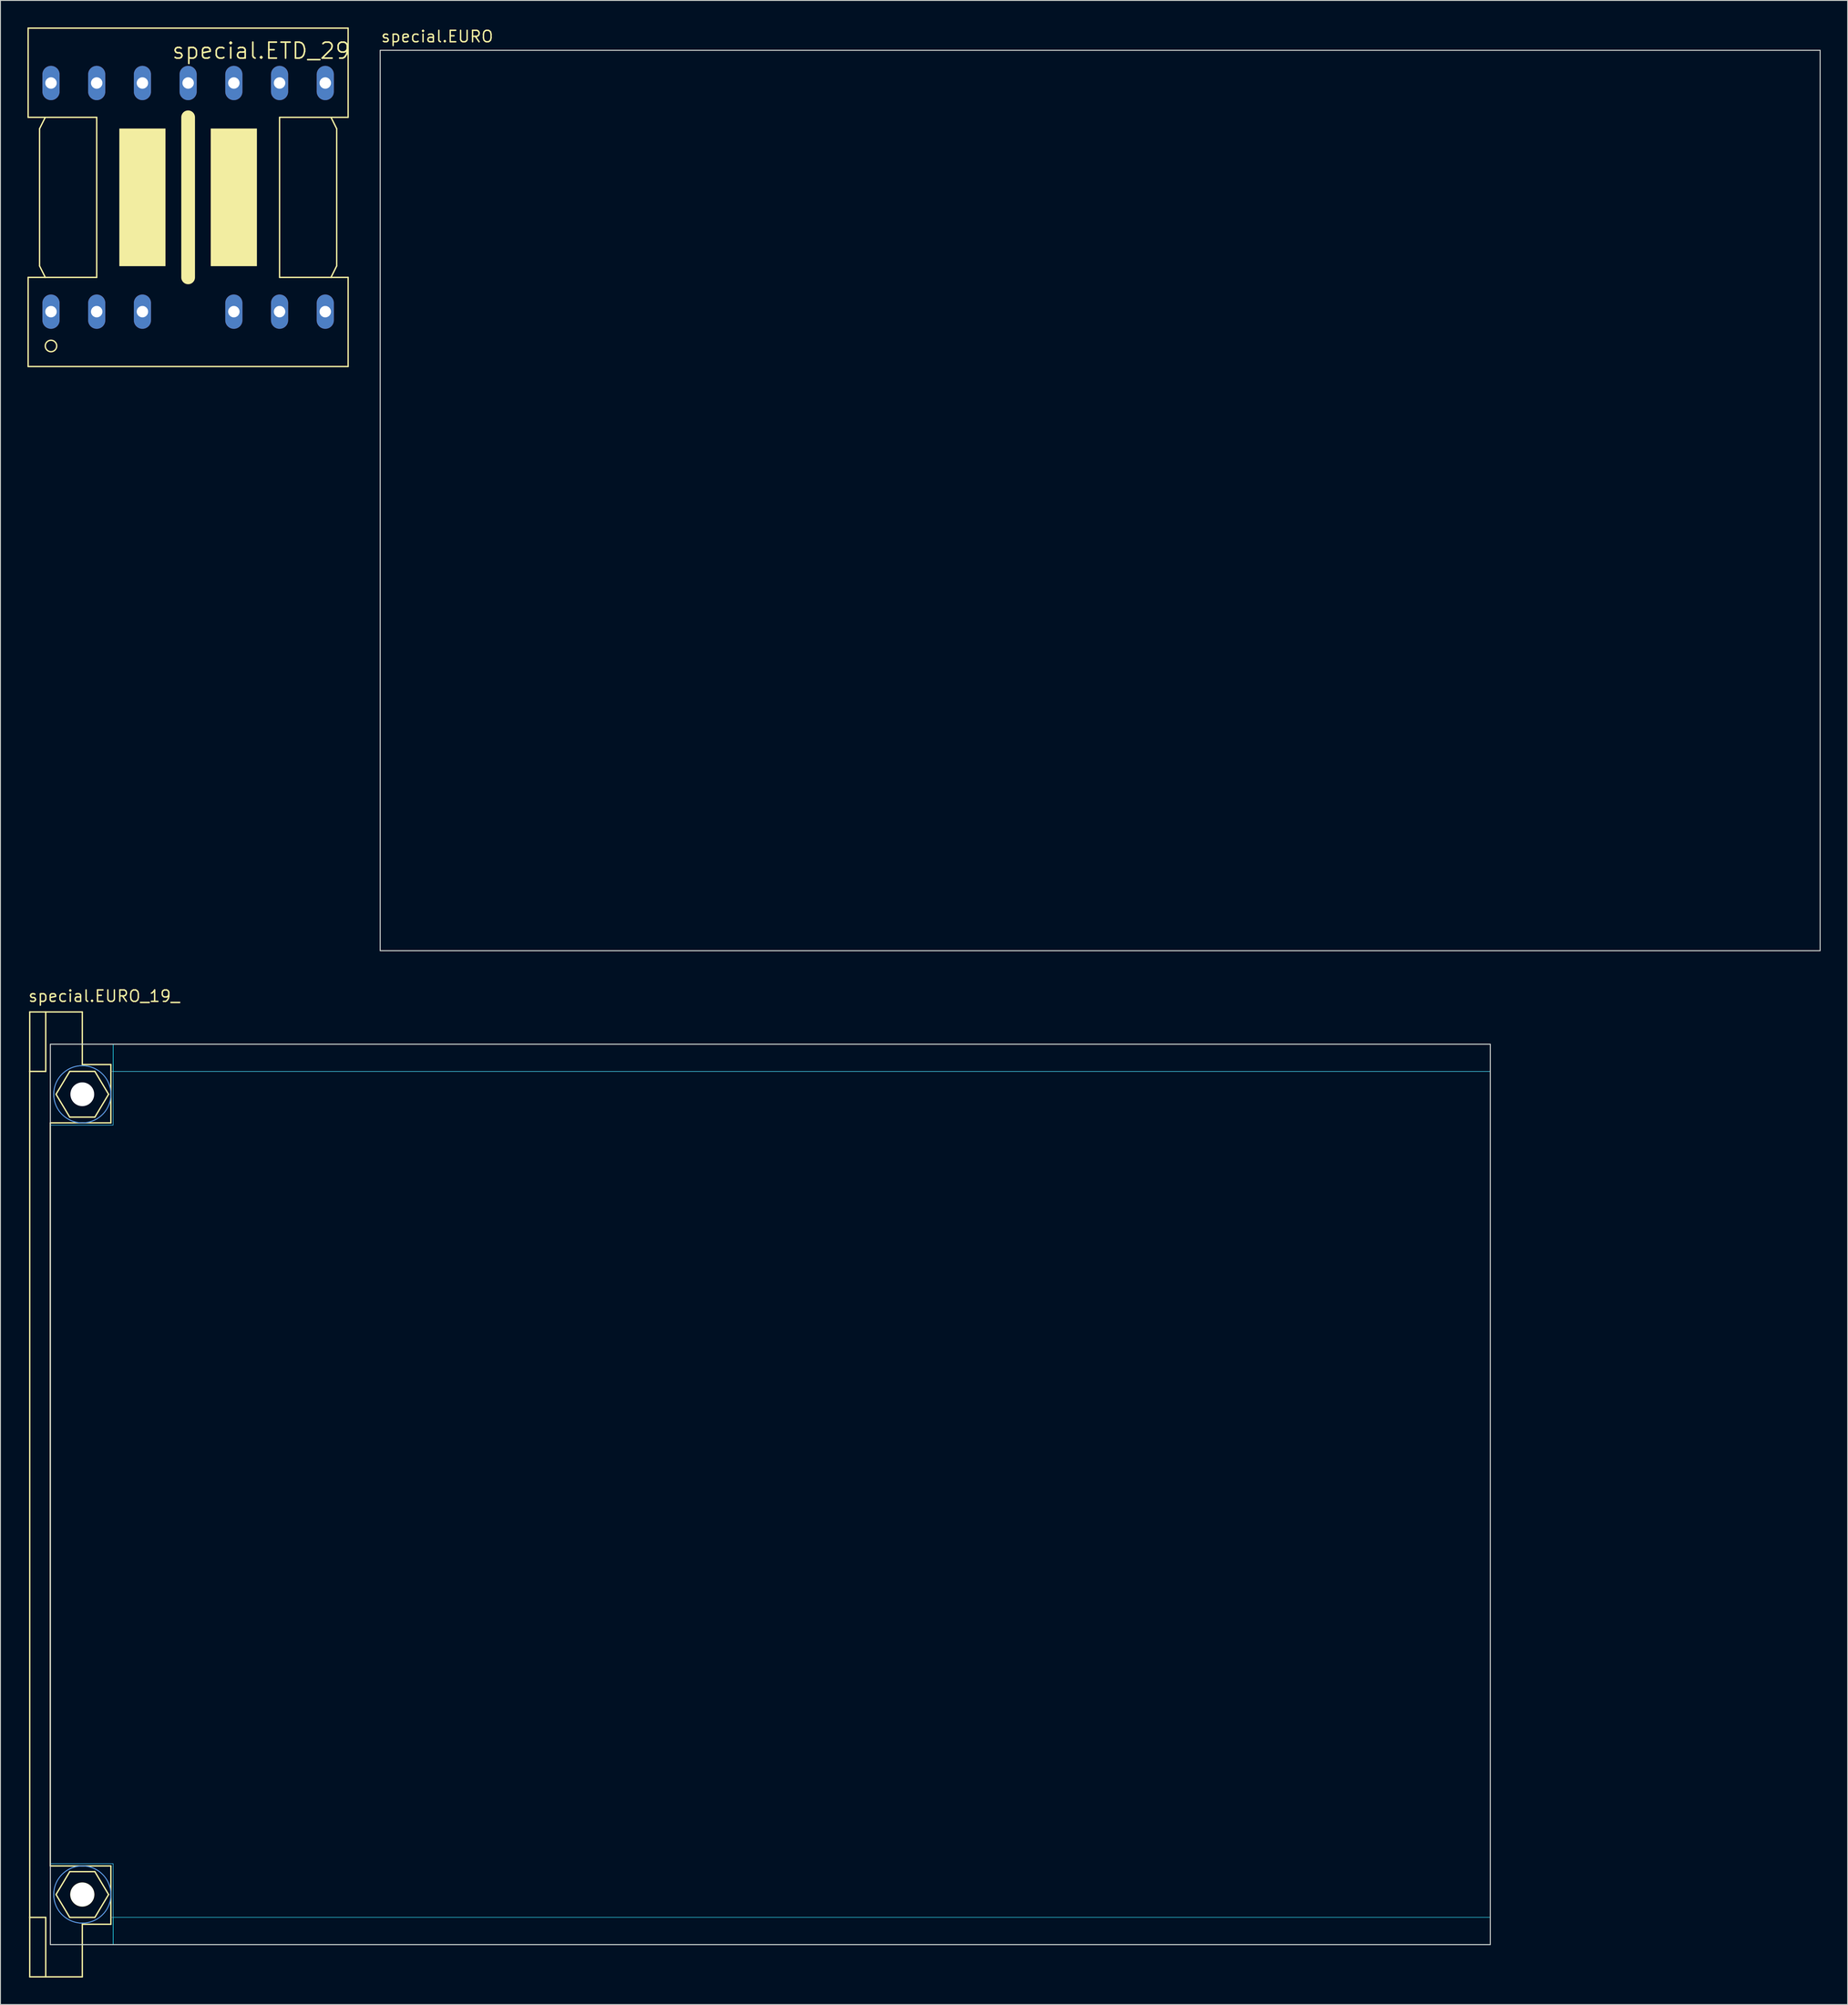
<source format=kicad_pcb>
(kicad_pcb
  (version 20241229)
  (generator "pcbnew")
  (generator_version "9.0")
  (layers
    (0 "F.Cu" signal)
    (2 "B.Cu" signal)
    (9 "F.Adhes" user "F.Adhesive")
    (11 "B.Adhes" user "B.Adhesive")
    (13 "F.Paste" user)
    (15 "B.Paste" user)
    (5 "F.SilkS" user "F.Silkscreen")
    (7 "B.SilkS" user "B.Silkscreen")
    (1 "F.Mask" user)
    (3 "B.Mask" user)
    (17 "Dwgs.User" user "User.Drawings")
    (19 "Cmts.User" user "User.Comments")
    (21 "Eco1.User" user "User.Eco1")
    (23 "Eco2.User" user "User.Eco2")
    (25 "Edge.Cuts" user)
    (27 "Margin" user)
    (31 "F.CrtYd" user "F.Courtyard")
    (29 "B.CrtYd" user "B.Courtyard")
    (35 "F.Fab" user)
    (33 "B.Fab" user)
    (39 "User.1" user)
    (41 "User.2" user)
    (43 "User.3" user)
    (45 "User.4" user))
  (footprint "special.EURO_19_"
    (layer "F.Cu")
    (at 2.54 162.96)
    (property "Reference" "special.EURO_19_" (at -2.54 -54.61 0) (layer "F.SilkS") (effects (font (size 1.27 1.27) (thickness 0.16)) (justify left bottom)))
    (fp_line (start -2.286 -53.594) (end -0.508 -53.594) (stroke (width 0.152) (type default)) (layer "F.SilkS"))
    (fp_line (start -2.286 -46.99) (end -2.286 -53.594) (stroke (width 0.152) (type default)) (layer "F.SilkS"))
    (fp_line (start -2.286 -46.99) (end -0.508 -46.99) (stroke (width 0.152) (type default)) (layer "F.SilkS"))
    (fp_line (start -2.286 46.99) (end -2.286 -46.99) (stroke (width 0.152) (type default)) (layer "F.SilkS"))
    (fp_line (start -2.286 46.99) (end -0.508 46.99) (stroke (width 0.152) (type default)) (layer "F.SilkS"))
    (fp_line (start -2.286 53.594) (end -2.286 46.99) (stroke (width 0.152) (type default)) (layer "F.SilkS"))
    (fp_line (start -2.286 53.594) (end -0.508 53.594) (stroke (width 0.152) (type default)) (layer "F.SilkS"))
    (fp_line (start -0.508 -53.594) (end -0.508 -46.99) (stroke (width 0.152) (type default)) (layer "F.SilkS"))
    (fp_line (start -0.508 -53.594) (end 3.556 -53.594) (stroke (width 0.152) (type default)) (layer "F.SilkS"))
    (fp_line (start -0.508 53.594) (end -0.508 46.99) (stroke (width 0.152) (type default)) (layer "F.SilkS"))
    (fp_line (start -0.508 53.594) (end 3.556 53.594) (stroke (width 0.152) (type default)) (layer "F.SilkS"))
    (fp_line (start 0 -41.275) (end 0 41.275) (stroke (width 0.152) (type default)) (layer "F.SilkS"))
    (fp_line (start 0 -41.275) (end 6.731 -41.275) (stroke (width 0.152) (type default)) (layer "F.SilkS"))
    (fp_line (start 0 41.275) (end 6.731 41.275) (stroke (width 0.152) (type default)) (layer "F.SilkS"))
    (fp_line (start 0.635 -44.45) (end 2.159 -46.99) (stroke (width 0.152) (type default)) (layer "F.SilkS"))
    (fp_line (start 0.635 44.45) (end 2.159 46.99) (stroke (width 0.152) (type default)) (layer "F.SilkS"))
    (fp_line (start 2.159 -46.99) (end 4.953 -46.99) (stroke (width 0.152) (type default)) (layer "F.SilkS"))
    (fp_line (start 2.159 -41.91) (end 0.635 -44.45) (stroke (width 0.152) (type default)) (layer "F.SilkS"))
    (fp_line (start 2.159 41.91) (end 0.635 44.45) (stroke (width 0.152) (type default)) (layer "F.SilkS"))
    (fp_line (start 2.159 46.99) (end 4.953 46.99) (stroke (width 0.152) (type default)) (layer "F.SilkS"))
    (fp_line (start 3.556 -53.594) (end 3.556 -47.752) (stroke (width 0.152) (type default)) (layer "F.SilkS"))
    (fp_line (start 3.556 -47.752) (end 6.731 -47.752) (stroke (width 0.152) (type default)) (layer "F.SilkS"))
    (fp_line (start 3.556 47.752) (end 6.731 47.752) (stroke (width 0.152) (type default)) (layer "F.SilkS"))
    (fp_line (start 3.556 53.594) (end 3.556 47.752) (stroke (width 0.152) (type default)) (layer "F.SilkS"))
    (fp_line (start 4.953 -46.99) (end 6.477 -44.45) (stroke (width 0.152) (type default)) (layer "F.SilkS"))
    (fp_line (start 4.953 -41.91) (end 2.159 -41.91) (stroke (width 0.152) (type default)) (layer "F.SilkS"))
    (fp_line (start 4.953 41.91) (end 2.159 41.91) (stroke (width 0.152) (type default)) (layer "F.SilkS"))
    (fp_line (start 4.953 46.99) (end 6.477 44.45) (stroke (width 0.152) (type default)) (layer "F.SilkS"))
    (fp_line (start 6.477 -44.45) (end 4.953 -41.91) (stroke (width 0.152) (type default)) (layer "F.SilkS"))
    (fp_line (start 6.477 44.45) (end 4.953 41.91) (stroke (width 0.152) (type default)) (layer "F.SilkS"))
    (fp_line (start 6.731 -47.752) (end 6.731 -41.275) (stroke (width 0.152) (type default)) (layer "F.SilkS"))
    (fp_line (start 6.731 47.752) (end 6.731 41.275) (stroke (width 0.152) (type default)) (layer "F.SilkS"))
    (fp_circle (center 3.556 -44.45) (end 4.826 -44.45) (stroke (width 0.051) (type default)) (fill no) (layer "F.SilkS"))
    (fp_circle (center 3.556 44.45) (end 4.826 44.45) (stroke (width 0.152) (type default)) (fill no) (layer "F.SilkS"))
    (fp_circle (center 3.556 -44.45) (end 6.731 -44.45) (stroke (width 0.1) (type default)) (fill no) (layer "Cmts.User"))
    (fp_circle (center 3.556 -44.45) (end 6.731 -44.45) (stroke (width 0.1) (type default)) (fill no) (layer "Cmts.User"))
    (fp_circle (center 3.556 44.45) (end 6.731 44.45) (stroke (width 0.1) (type default)) (fill no) (layer "Cmts.User"))
    (fp_circle (center 3.556 44.45) (end 6.731 44.45) (stroke (width 0.1) (type default)) (fill no) (layer "Cmts.User"))
    (fp_line (start 0 -50.013) (end 0 50.013) (stroke (width 0.1) (type default)) (layer "Edge.Cuts"))
    (fp_line (start 0 -50.013) (end 0 50.013) (stroke (width 0.1) (type default)) (layer "Edge.Cuts"))
    (fp_line (start 0 50.013) (end 160.02 50.013) (stroke (width 0.1) (type default)) (layer "Edge.Cuts"))
    (fp_line (start 0 50.013) (end 160.02 50.013) (stroke (width 0.1) (type default)) (layer "Edge.Cuts"))
    (fp_line (start 160.02 -50.013) (end 0 -50.013) (stroke (width 0.1) (type default)) (layer "Edge.Cuts"))
    (fp_line (start 160.02 -50.013) (end 0 -50.013) (stroke (width 0.1) (type default)) (layer "Edge.Cuts"))
    (fp_line (start 160.02 50.013) (end 160.02 -50.013) (stroke (width 0.1) (type default)) (layer "Edge.Cuts"))
    (fp_line (start 160.02 50.013) (end 160.02 -50.013) (stroke (width 0.1) (type default)) (layer "Edge.Cuts"))
    (fp_rect (start 0 -41.021) (end 6.985 -50.038) (stroke (width 0.05) (type default)) (fill no) (layer "B.CrtYd"))
    (fp_rect (start 0 50.038) (end 6.985 41.021) (stroke (width 0.05) (type default)) (fill no) (layer "B.CrtYd"))
    (fp_rect (start 6.985 -46.99) (end 160.02 -50.038) (stroke (width 0.05) (type default)) (fill no) (layer "B.CrtYd"))
    (fp_rect (start 6.985 50.038) (end 160.02 46.99) (stroke (width 0.05) (type default)) (fill no) (layer "B.CrtYd"))
    (fp_line (start 0 -41.021) (end 0 -50.013) (stroke (width 0.025) (type default)) (layer "F.CrtYd"))
    (fp_line (start 0 -41.021) (end 6.985 -41.021) (stroke (width 0.025) (type default)) (layer "F.CrtYd"))
    (fp_line (start 0 41.021) (end 0 50.013) (stroke (width 0.025) (type default)) (layer "F.CrtYd"))
    (fp_line (start 0 41.021) (end 6.985 41.021) (stroke (width 0.025) (type default)) (layer "F.CrtYd"))
    (fp_line (start 6.985 -46.99) (end 6.985 -41.021) (stroke (width 0.025) (type default)) (layer "F.CrtYd"))
    (fp_line (start 6.985 -46.99) (end 160.02 -46.99) (stroke (width 0.025) (type default)) (layer "F.CrtYd"))
    (fp_line (start 6.985 46.99) (end 6.985 41.021) (stroke (width 0.025) (type default)) (layer "F.CrtYd"))
    (fp_line (start 6.985 46.99) (end 160.02 46.99) (stroke (width 0.025) (type default)) (layer "F.CrtYd"))
    (fp_line (start 160.02 -50.013) (end 0 -50.013) (stroke (width 0.025) (type default)) (layer "F.CrtYd"))
    (fp_line (start 160.02 -50.013) (end 160.02 -46.99) (stroke (width 0.025) (type default)) (layer "F.CrtYd"))
    (fp_line (start 160.02 50.013) (end 0 50.013) (stroke (width 0.025) (type default)) (layer "F.CrtYd"))
    (fp_line (start 160.02 50.013) (end 160.02 46.99) (stroke (width 0.025) (type default)) (layer "F.CrtYd"))
    (fp_line (start 6.731 -46.99) (end 160.02 -46.99) (stroke (width 0.051) (type default)) (layer "F.Fab"))
    (fp_line (start 6.731 46.99) (end 160.02 46.99) (stroke (width 0.051) (type default)) (layer "F.Fab"))
    (pad "" np_thru_hole circle (at 3.556 -44.45) (size 2.642 2.642) (drill 2.642) (layers "*.Cu" "*.Mask"))
    (pad "" np_thru_hole circle (at 3.556 44.45) (size 2.642 2.642) (drill 2.642) (layers "*.Cu" "*.Mask")))
  (footprint "special.EURO"
    (layer "F.Cu")
    (at 39.198 103.35)
    (property "Reference" "special.EURO" (at 0 -101.6 0) (layer "F.SilkS") (effects (font (size 1.27 1.27) (thickness 0.16)) (justify left bottom)))
    (fp_line (start 0 -100.813) (end 0 -0.787) (stroke (width 0.1) (type default)) (layer "Edge.Cuts"))
    (fp_line (start 0 -100.813) (end 0 -0.787) (stroke (width 0.1) (type default)) (layer "Edge.Cuts"))
    (fp_line (start 0 -0.787) (end 160.02 -0.787) (stroke (width 0.1) (type default)) (layer "Edge.Cuts"))
    (fp_line (start 0 -0.787) (end 160.02 -0.787) (stroke (width 0.1) (type default)) (layer "Edge.Cuts"))
    (fp_line (start 160.02 -100.813) (end 0 -100.813) (stroke (width 0.1) (type default)) (layer "Edge.Cuts"))
    (fp_line (start 160.02 -100.813) (end 0 -100.813) (stroke (width 0.1) (type default)) (layer "Edge.Cuts"))
    (fp_line (start 160.02 -0.787) (end 160.02 -100.813) (stroke (width 0.1) (type default)) (layer "Edge.Cuts"))
    (fp_line (start 160.02 -0.787) (end 160.02 -100.813) (stroke (width 0.1) (type default)) (layer "Edge.Cuts")))
  (footprint "special.ETD_29"
    (layer "F.Cu")
    (at 17.856 18.872)
    (property "Reference" "special.ETD_29" (at -1.905 -15.24 0) (layer "F.SilkS") (effects (font (size 1.778 1.778) (thickness 0.18)) (justify left bottom)))
    (attr through_hole)
    (fp_line (start -17.78 -18.796) (end -17.78 -8.89) (stroke (width 0.152) (type default)) (layer "F.SilkS"))
    (fp_line (start -17.78 -18.796) (end 17.78 -18.796) (stroke (width 0.152) (type default)) (layer "F.SilkS"))
    (fp_line (start -17.78 18.796) (end -17.78 8.89) (stroke (width 0.152) (type default)) (layer "F.SilkS"))
    (fp_line (start -16.51 -7.62) (end -16.51 7.62) (stroke (width 0.152) (type default)) (layer "F.SilkS"))
    (fp_line (start -16.51 7.62) (end -15.875 8.89) (stroke (width 0.152) (type default)) (layer "F.SilkS"))
    (fp_line (start -15.875 -8.89) (end -17.78 -8.89) (stroke (width 0.152) (type default)) (layer "F.SilkS"))
    (fp_line (start -15.875 -8.89) (end -16.51 -7.62) (stroke (width 0.152) (type default)) (layer "F.SilkS"))
    (fp_line (start -15.875 8.89) (end -17.78 8.89) (stroke (width 0.152) (type default)) (layer "F.SilkS"))
    (fp_line (start -10.16 -8.89) (end -15.875 -8.89) (stroke (width 0.152) (type default)) (layer "F.SilkS"))
    (fp_line (start -10.16 -8.89) (end -10.16 8.89) (stroke (width 0.152) (type default)) (layer "F.SilkS"))
    (fp_line (start -10.16 8.89) (end -15.875 8.89) (stroke (width 0.152) (type default)) (layer "F.SilkS"))
    (fp_line (start 0 -8.89) (end 0 8.89) (stroke (width 1.524) (type default)) (layer "F.SilkS"))
    (fp_line (start 10.16 -8.89) (end 10.16 8.89) (stroke (width 0.152) (type default)) (layer "F.SilkS"))
    (fp_line (start 10.16 -8.89) (end 15.875 -8.89) (stroke (width 0.152) (type default)) (layer "F.SilkS"))
    (fp_line (start 10.16 8.89) (end 15.875 8.89) (stroke (width 0.152) (type default)) (layer "F.SilkS"))
    (fp_line (start 15.875 -8.89) (end 16.51 -7.62) (stroke (width 0.152) (type default)) (layer "F.SilkS"))
    (fp_line (start 15.875 -8.89) (end 17.78 -8.89) (stroke (width 0.152) (type default)) (layer "F.SilkS"))
    (fp_line (start 15.875 8.89) (end 17.78 8.89) (stroke (width 0.152) (type default)) (layer "F.SilkS"))
    (fp_line (start 16.51 -7.62) (end 16.51 7.62) (stroke (width 0.152) (type default)) (layer "F.SilkS"))
    (fp_line (start 16.51 7.62) (end 15.875 8.89) (stroke (width 0.152) (type default)) (layer "F.SilkS"))
    (fp_line (start 17.78 -18.796) (end 17.78 -8.89) (stroke (width 0.152) (type default)) (layer "F.SilkS"))
    (fp_line (start 17.78 18.796) (end -17.78 18.796) (stroke (width 0.152) (type default)) (layer "F.SilkS"))
    (fp_line (start 17.78 18.796) (end 17.78 8.89) (stroke (width 0.152) (type default)) (layer "F.SilkS"))
    (fp_rect (start -7.62 7.62) (end -2.54 -7.62) (stroke (width 0.05) (type default)) (fill yes) (layer "F.SilkS"))
    (fp_rect (start 2.54 7.62) (end 7.62 -7.62) (stroke (width 0.05) (type default)) (fill yes) (layer "F.SilkS"))
    (fp_circle (center -15.24 16.51) (end -14.605 16.51) (stroke (width 0.152) (type default)) (fill no) (layer "F.SilkS"))
    (pad "1" thru_hole oval (at -15.24 12.7 90) (size 3.81 1.905) (drill 1.27) (layers "*.Cu" "*.Mask"))
    (pad "2" thru_hole oval (at -10.16 12.7 90) (size 3.81 1.905) (drill 1.27) (layers "*.Cu" "*.Mask"))
    (pad "3" thru_hole oval (at -5.08 12.7 90) (size 3.81 1.905) (drill 1.27) (layers "*.Cu" "*.Mask"))
    (pad "4" thru_hole oval (at 5.08 12.7 90) (size 3.81 1.905) (drill 1.27) (layers "*.Cu" "*.Mask"))
    (pad "5" thru_hole oval (at 10.16 12.7 90) (size 3.81 1.905) (drill 1.27) (layers "*.Cu" "*.Mask"))
    (pad "6" thru_hole oval (at 15.24 12.7 90) (size 3.81 1.905) (drill 1.27) (layers "*.Cu" "*.Mask"))
    (pad "7" thru_hole oval (at 15.24 -12.7 90) (size 3.81 1.905) (drill 1.27) (layers "*.Cu" "*.Mask"))
    (pad "8" thru_hole oval (at 10.16 -12.7 90) (size 3.81 1.905) (drill 1.27) (layers "*.Cu" "*.Mask"))
    (pad "9" thru_hole oval (at 5.08 -12.7 90) (size 3.81 1.905) (drill 1.27) (layers "*.Cu" "*.Mask"))
    (pad "10" thru_hole oval (at 0 -12.7 90) (size 3.81 1.905) (drill 1.27) (layers "*.Cu" "*.Mask"))
    (pad "11" thru_hole oval (at -5.08 -12.7 90) (size 3.81 1.905) (drill 1.27) (layers "*.Cu" "*.Mask"))
    (pad "12" thru_hole oval (at -10.16 -12.7 90) (size 3.81 1.905) (drill 1.27) (layers "*.Cu" "*.Mask"))
    (pad "13" thru_hole oval (at -15.24 -12.7 90) (size 3.81 1.905) (drill 1.27) (layers "*.Cu" "*.Mask")))
  (gr_rect
    (start -3 -3)
    (end 202.268 219.63)
    (stroke (width 0.1) (type default))
    (fill no)
    (layer "Edge.Cuts")))
</source>
